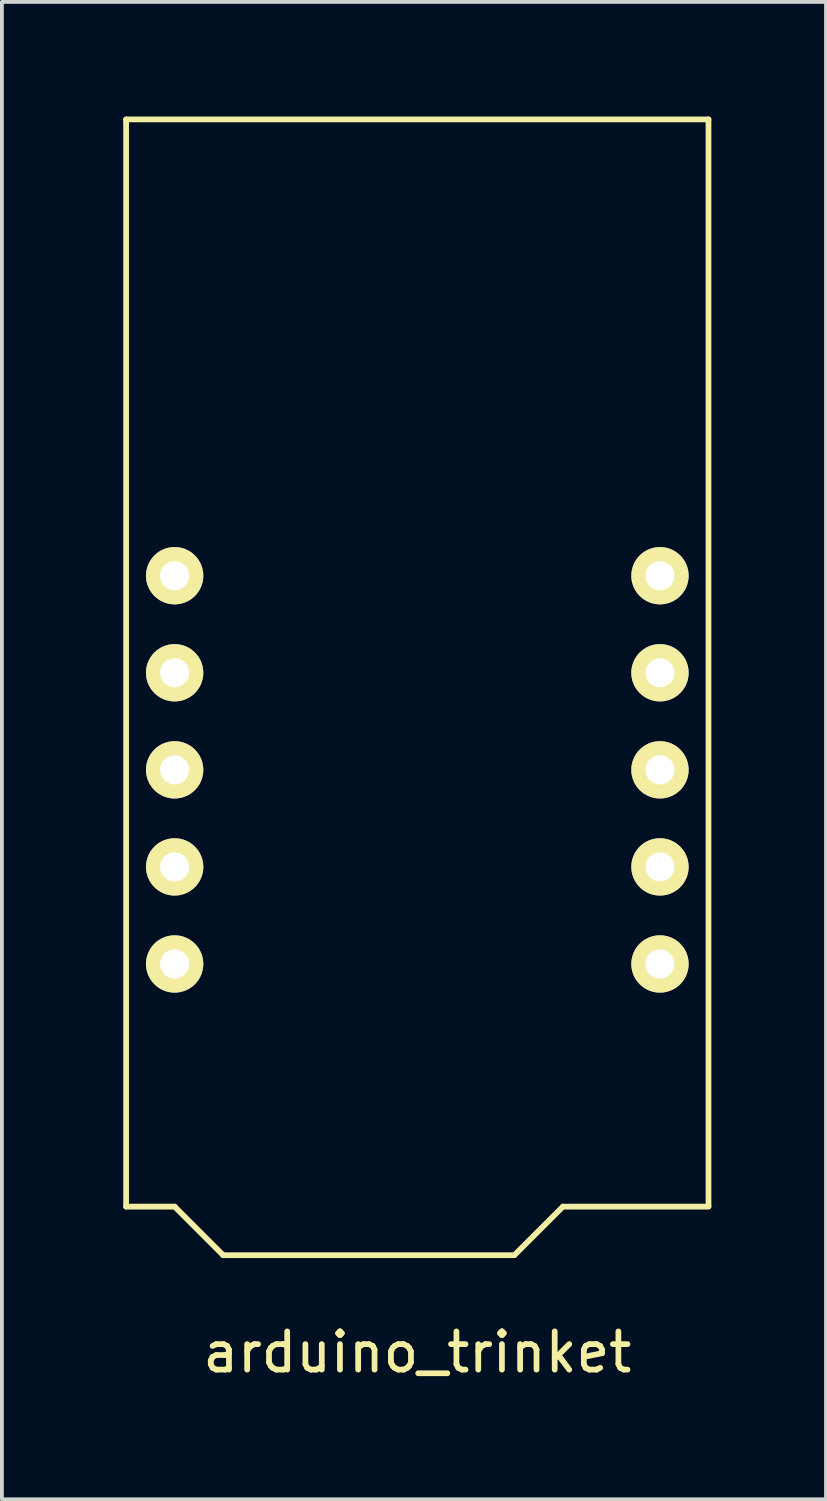
<source format=kicad_pcb>
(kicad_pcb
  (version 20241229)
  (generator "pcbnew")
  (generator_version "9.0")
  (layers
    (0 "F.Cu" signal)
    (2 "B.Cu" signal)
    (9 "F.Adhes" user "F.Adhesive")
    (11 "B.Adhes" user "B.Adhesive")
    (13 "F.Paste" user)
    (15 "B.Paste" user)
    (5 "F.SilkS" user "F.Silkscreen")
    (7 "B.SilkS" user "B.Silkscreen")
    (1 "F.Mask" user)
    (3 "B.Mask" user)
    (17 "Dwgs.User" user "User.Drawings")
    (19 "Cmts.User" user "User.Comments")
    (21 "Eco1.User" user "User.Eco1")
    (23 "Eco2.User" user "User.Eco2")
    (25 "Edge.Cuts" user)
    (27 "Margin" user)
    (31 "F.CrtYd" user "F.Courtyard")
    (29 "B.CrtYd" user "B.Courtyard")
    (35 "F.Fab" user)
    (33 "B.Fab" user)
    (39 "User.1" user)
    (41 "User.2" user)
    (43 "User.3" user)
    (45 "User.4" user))
  (footprint "arduino_trinket"
    (layer "F.Cu")
    (at 0.25 29.795)
    (property "Reference" "arduino_trinket" (at 7.62 2.54 0) (layer "F.SilkS") (effects (font (size 1 1) (thickness 0.15))))
    (attr through_hole)
    (fp_line (start 0 -29.72) (end 15.24 -29.72) (stroke (width 0.15) (type solid)) (layer "F.SilkS"))
    (fp_line (start 0 -1.27) (end 0 -29.72) (stroke (width 0.15) (type solid)) (layer "F.SilkS"))
    (fp_line (start 0 -1.27) (end 1.27 -1.27) (stroke (width 0.15) (type solid)) (layer "F.SilkS"))
    (fp_line (start 1.27 -1.27) (end 2.54 0) (stroke (width 0.15) (type solid)) (layer "F.SilkS"))
    (fp_line (start 2.54 0) (end 10.16 0) (stroke (width 0.15) (type solid)) (layer "F.SilkS"))
    (fp_line (start 11.43 -1.27) (end 10.16 0) (stroke (width 0.15) (type solid)) (layer "F.SilkS"))
    (fp_line (start 15.24 -1.28) (end 15.24 -29.72) (stroke (width 0.15) (type solid)) (layer "F.SilkS"))
    (fp_line (start 15.24 -1.27) (end 11.43 -1.27) (stroke (width 0.15) (type solid)) (layer "F.SilkS"))
    (pad "1" thru_hole circle (at 1.27 -17.78) (size 1.5 1.5) (drill 0.762) (layers "*.Cu" "*.Mask" "F.SilkS"))
    (pad "2" thru_hole circle (at 1.27 -15.24) (size 1.5 1.5) (drill 0.762) (layers "*.Cu" "*.Mask" "F.SilkS"))
    (pad "3" thru_hole circle (at 1.27 -12.7) (size 1.5 1.5) (drill 0.762) (layers "*.Cu" "*.Mask" "F.SilkS"))
    (pad "4" thru_hole circle (at 1.27 -10.16) (size 1.5 1.5) (drill 0.762) (layers "*.Cu" "*.Mask" "F.SilkS"))
    (pad "5" thru_hole circle (at 1.27 -7.62) (size 1.5 1.5) (drill 0.762) (layers "*.Cu" "*.Mask" "F.SilkS"))
    (pad "6" thru_hole circle (at 13.97 -7.62) (size 1.5 1.5) (drill 0.762) (layers "*.Cu" "*.Mask" "F.SilkS"))
    (pad "7" thru_hole circle (at 13.97 -10.16) (size 1.5 1.5) (drill 0.762) (layers "*.Cu" "*.Mask" "F.SilkS"))
    (pad "8" thru_hole circle (at 13.97 -12.7) (size 1.5 1.5) (drill 0.762) (layers "*.Cu" "*.Mask" "F.SilkS"))
    (pad "9" thru_hole circle (at 13.97 -15.24) (size 1.5 1.5) (drill 0.762) (layers "*.Cu" "*.Mask" "F.SilkS"))
    (pad "10" thru_hole circle (at 13.97 -17.78) (size 1.5 1.5) (drill 0.762) (layers "*.Cu" "*.Mask" "F.SilkS")))
  (gr_rect
    (start -3 -3)
    (end 18.565 36.183)
    (stroke (width 0.1) (type default))
    (fill no)
    (layer "Edge.Cuts")))
</source>
